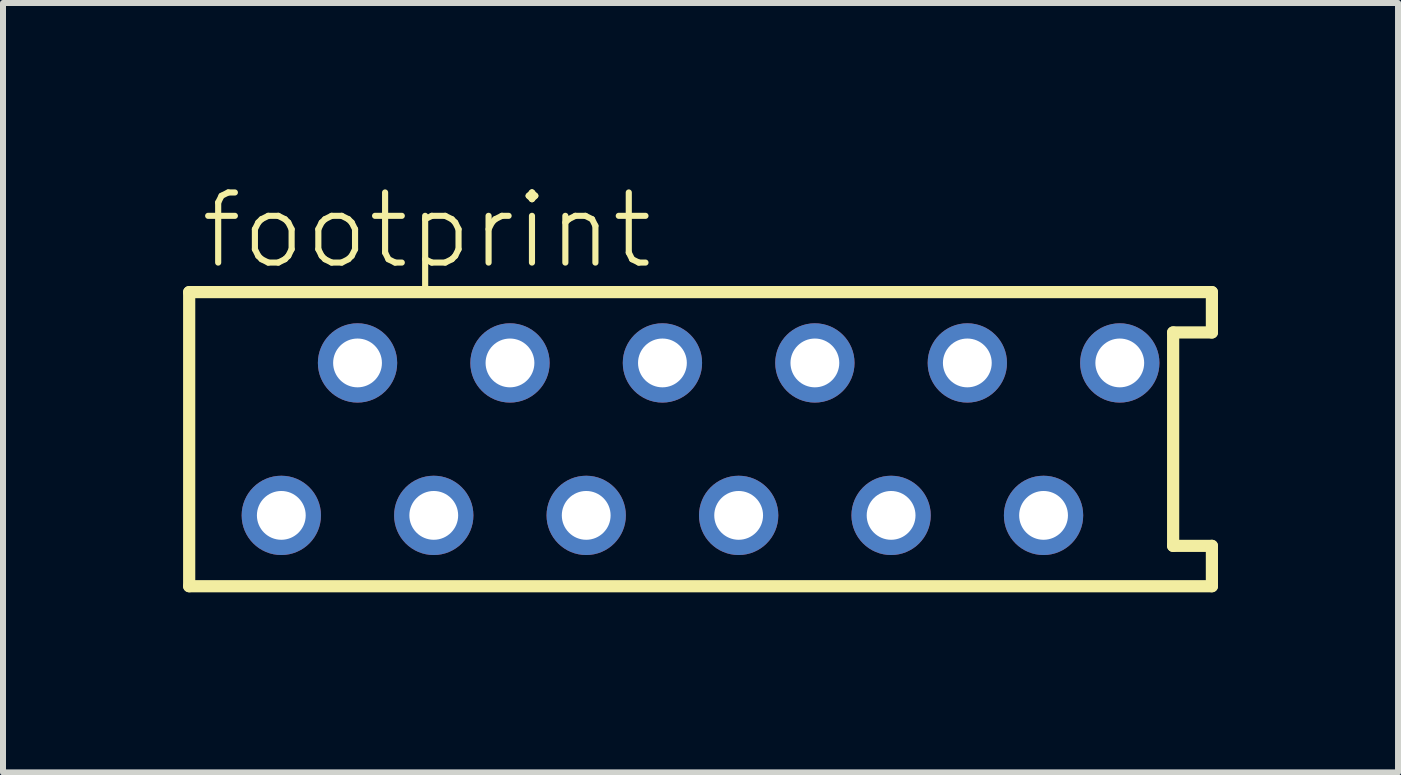
<source format=kicad_pcb>
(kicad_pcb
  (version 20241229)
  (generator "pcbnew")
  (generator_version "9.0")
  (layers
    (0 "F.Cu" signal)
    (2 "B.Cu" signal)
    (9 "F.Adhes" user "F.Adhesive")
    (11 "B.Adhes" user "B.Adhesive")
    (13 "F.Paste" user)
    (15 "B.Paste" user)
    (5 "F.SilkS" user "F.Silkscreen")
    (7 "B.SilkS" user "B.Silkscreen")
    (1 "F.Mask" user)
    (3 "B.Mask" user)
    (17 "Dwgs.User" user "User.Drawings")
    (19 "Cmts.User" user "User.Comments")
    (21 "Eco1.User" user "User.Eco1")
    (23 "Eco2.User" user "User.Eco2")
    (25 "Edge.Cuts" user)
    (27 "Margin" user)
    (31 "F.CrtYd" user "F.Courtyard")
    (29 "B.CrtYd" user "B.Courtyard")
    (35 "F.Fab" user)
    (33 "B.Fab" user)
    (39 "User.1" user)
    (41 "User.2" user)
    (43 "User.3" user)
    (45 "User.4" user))
  (footprint "footprint"
    (layer "F.Cu")
    (at 8.622 4.267)
    (property "Reference" "footprint" (at -8.382 -2.794 0) (layer "F.SilkS") (effects (font (size 1.168 1.168) (thickness 0.102)) (justify left bottom)))
    (fp_line (start -8.52 -2.45) (end -8.52 2.45) (stroke (width 0.203) (type solid)) (layer "F.SilkS"))
    (fp_line (start -8.52 2.45) (end 8.52 2.45) (stroke (width 0.203) (type solid)) (layer "F.SilkS"))
    (fp_line (start 7.874 -1.778) (end 8.52 -1.778) (stroke (width 0.203) (type solid)) (layer "F.SilkS"))
    (fp_line (start 7.874 1.778) (end 7.874 -1.778) (stroke (width 0.203) (type solid)) (layer "F.SilkS"))
    (fp_line (start 8.52 -2.45) (end -8.52 -2.45) (stroke (width 0.203) (type solid)) (layer "F.SilkS"))
    (fp_line (start 8.52 -1.778) (end 8.52 -2.45) (stroke (width 0.203) (type solid)) (layer "F.SilkS"))
    (fp_line (start 8.52 1.778) (end 7.874 1.778) (stroke (width 0.203) (type solid)) (layer "F.SilkS"))
    (fp_line (start 8.52 2.45) (end 8.52 1.778) (stroke (width 0.203) (type solid)) (layer "F.SilkS"))
    (pad "1" thru_hole circle (at -6.985 1.27) (size 1.321 1.321) (drill 0.813) (layers "*.Cu" "*.Mask"))
    (pad "2" thru_hole circle (at -5.715 -1.27) (size 1.321 1.321) (drill 0.813) (layers "*.Cu" "*.Mask"))
    (pad "3" thru_hole circle (at -4.445 1.27) (size 1.321 1.321) (drill 0.813) (layers "*.Cu" "*.Mask"))
    (pad "4" thru_hole circle (at -3.175 -1.27) (size 1.321 1.321) (drill 0.813) (layers "*.Cu" "*.Mask"))
    (pad "5" thru_hole circle (at -1.905 1.27) (size 1.321 1.321) (drill 0.813) (layers "*.Cu" "*.Mask"))
    (pad "6" thru_hole circle (at -0.635 -1.27) (size 1.321 1.321) (drill 0.813) (layers "*.Cu" "*.Mask"))
    (pad "7" thru_hole circle (at 0.635 1.27) (size 1.321 1.321) (drill 0.813) (layers "*.Cu" "*.Mask"))
    (pad "8" thru_hole circle (at 1.905 -1.27) (size 1.321 1.321) (drill 0.813) (layers "*.Cu" "*.Mask"))
    (pad "9" thru_hole circle (at 3.175 1.27) (size 1.321 1.321) (drill 0.813) (layers "*.Cu" "*.Mask"))
    (pad "10" thru_hole circle (at 4.445 -1.27) (size 1.321 1.321) (drill 0.813) (layers "*.Cu" "*.Mask"))
    (pad "11" thru_hole circle (at 5.715 1.27) (size 1.321 1.321) (drill 0.813) (layers "*.Cu" "*.Mask"))
    (pad "12" thru_hole circle (at 6.985 -1.27) (size 1.321 1.321) (drill 0.813) (layers "*.Cu" "*.Mask")))
  (gr_rect
    (start -3 -3)
    (end 20.243 9.819)
    (stroke (width 0.1) (type default))
    (fill no)
    (layer "Edge.Cuts")))
</source>
